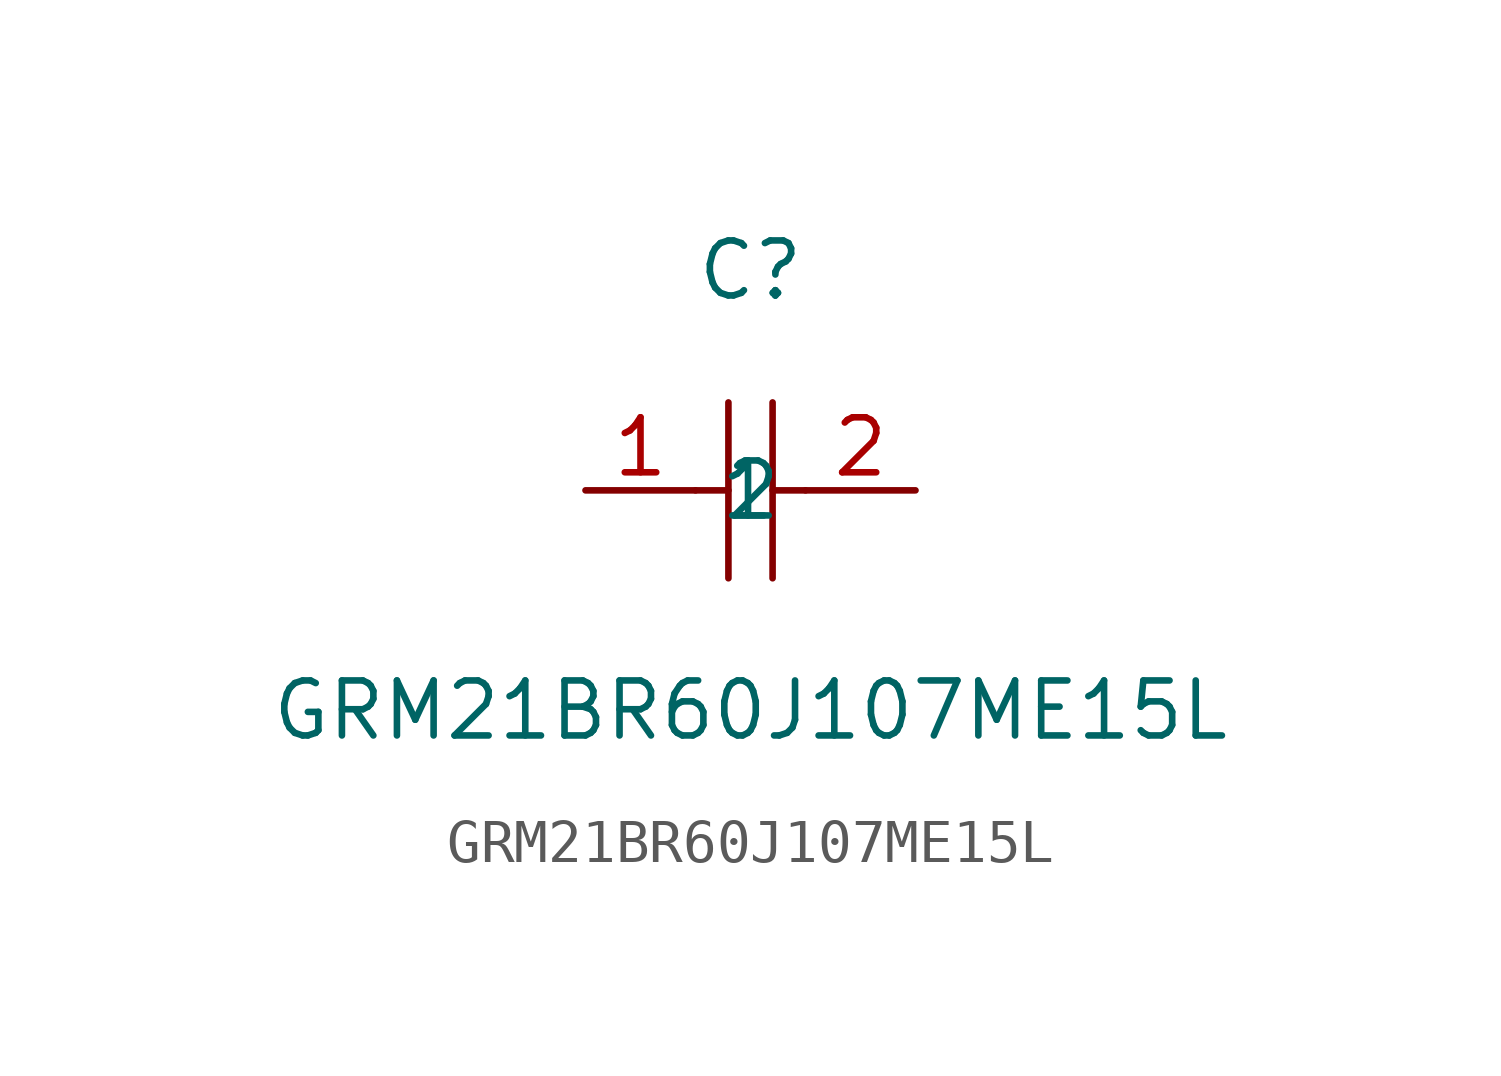
<source format=kicad_sym>
(kicad_symbol_lib
  (version 1)
  (generator "faebryk")
  (symbol "GRM21BR60J107ME15L"
    (property "Reference" "C"
      (at 0 5.08 0)
      (effects (font (size 1.27 1.27)) (hide no)))
    (property "Value" "GRM21BR60J107ME15L"
      (at 0 -5.08 0)
      (effects (font (size 1.27 1.27)) (hide no)))
    (symbol "GRM21BR60J107ME15L_0_1"
      (polyline (stroke (width 0) (type default) (color 0 0 0 0)) (fill (type none)) (pts (xy -0.51 2.03) (xy -0.51 -2.03)))
      (polyline (stroke (width 0) (type default) (color 0 0 0 0)) (fill (type none)) (pts (xy 0.51 2.03) (xy 0.51 -2.03)))
      (polyline (stroke (width 0) (type default) (color 0 0 0 0)) (fill (type none)) (pts (xy -1.27 0) (xy -0.51 0)))
      (polyline (stroke (width 0) (type default) (color 0 0 0 0)) (fill (type none)) (pts (xy 0.51 0) (xy 1.27 0)))
      (pin input line (at -3.81 0 0) (length 2.54) (name "1" (effects (font (size 1.27 1.27)) (hide no))) (number "1" (effects (font (size 1.27 1.27)) (hide no))))
      (pin input line (at 3.81 0 180) (length 2.54) (name "2" (effects (font (size 1.27 1.27)) (hide no))) (number "2" (effects (font (size 1.27 1.27)) (hide no)))))))
</source>
